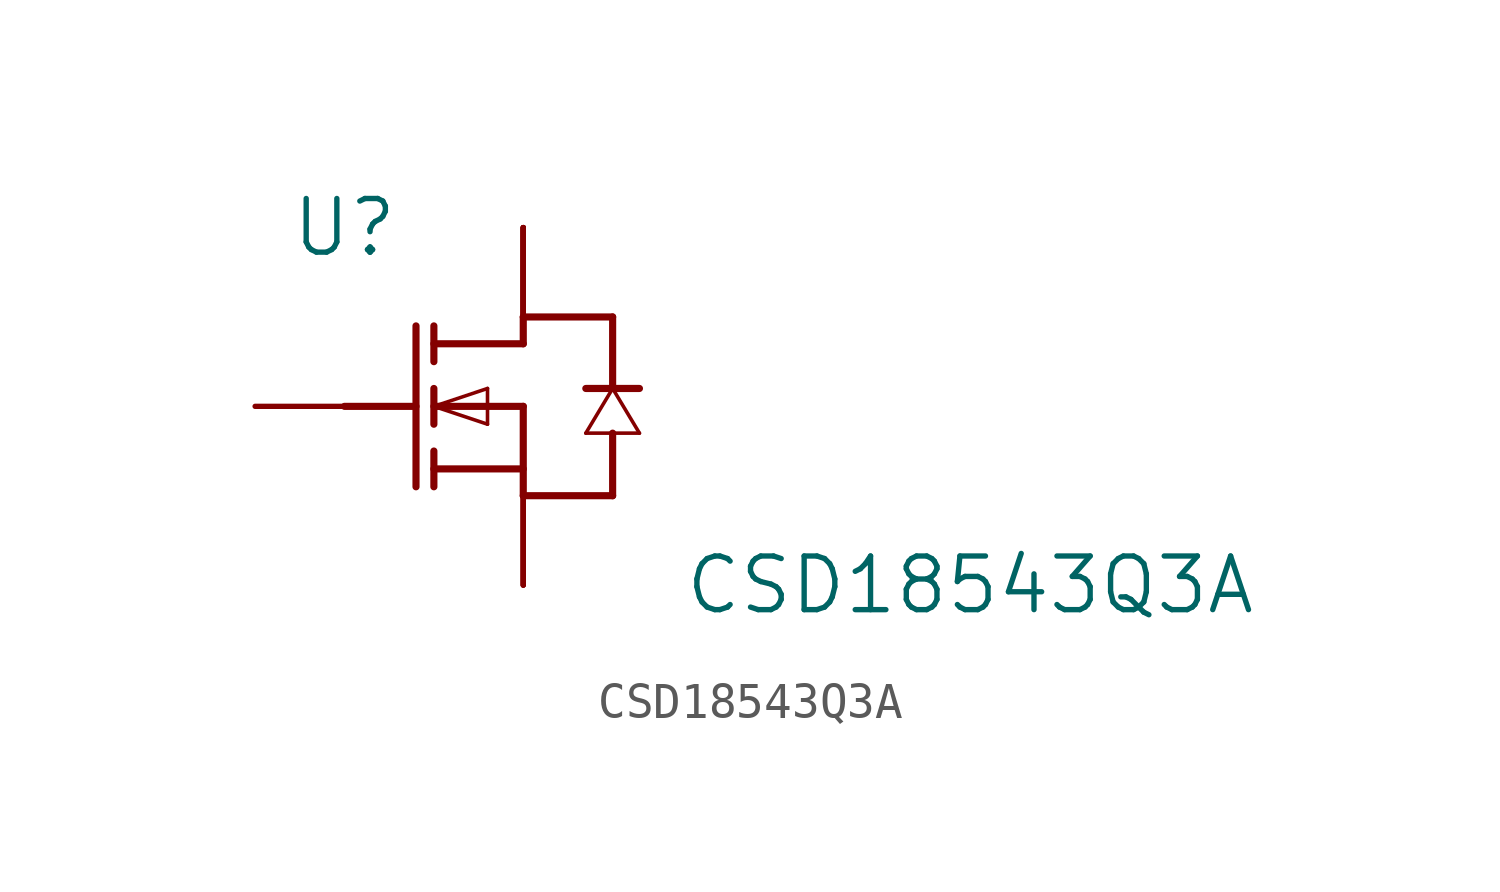
<source format=kicad_sym>
(kicad_symbol_lib
  (version 20220914)
  (generator kicad_symbol_editor)
  (symbol "CSD18543Q3A"
    (pin_numbers hide)
    (pin_names
      (offset 0) hide)
    (property "Reference" "U"
      (at -2.54 5.08 0)
      (effects (font (size 1.524 1.524))))
    (property "Value" "CSD18543Q3A"
      (at 15.24 -5.08 0)
      (effects (font (size 1.524 1.524))))
    (property "Datasheet" ""
      (at 0 0 0)
      (effects (font (size 1.524 1.524))))
    (property "ki_locked" ""
      (at 0 0 0)
      (effects (font (size 1.27 1.27))))
    (symbol "CSD18543Q3A_1_1"
      (polyline (pts (xy -2.54 0) (xy -0.508 0)) (stroke (width 0.203) (type solid)) (fill (type none)))
      (polyline (pts (xy -0.508 2.286) (xy -0.508 -2.286)) (stroke (width 0.203) (type solid)) (fill (type none)))
      (polyline (pts (xy 0 -2.286) (xy 0 -1.27)) (stroke (width 0.203) (type solid)) (fill (type none)))
      (polyline (pts (xy 0 -0.508) (xy 0 0.508)) (stroke (width 0.203) (type solid)) (fill (type none)))
      (polyline (pts (xy 0 0) (xy 1.524 -0.508)) (stroke (width 0.102) (type solid)) (fill (type none)))
      (polyline (pts (xy 0 2.286) (xy 0 1.27)) (stroke (width 0.203) (type solid)) (fill (type none)))
      (polyline (pts (xy 1.524 -0.508) (xy 1.524 0.508)) (stroke (width 0.102) (type solid)) (fill (type none)))
      (polyline (pts (xy 1.524 0.508) (xy 0 0)) (stroke (width 0.102) (type solid)) (fill (type none)))
      (polyline (pts (xy 2.54 -2.54) (xy 5.08 -2.54)) (stroke (width 0.203) (type solid)) (fill (type none)))
      (polyline (pts (xy 2.54 -1.778) (xy 0 -1.778)) (stroke (width 0.203) (type solid)) (fill (type none)))
      (polyline (pts (xy 2.54 0) (xy 0 0)) (stroke (width 0.203) (type solid)) (fill (type none)))
      (polyline (pts (xy 2.54 0) (xy 2.54 -2.54)) (stroke (width 0.203) (type solid)) (fill (type none)))
      (polyline (pts (xy 2.54 1.778) (xy 0 1.778)) (stroke (width 0.203) (type solid)) (fill (type none)))
      (polyline (pts (xy 2.54 1.778) (xy 2.54 2.54)) (stroke (width 0.203) (type solid)) (fill (type none)))
      (polyline (pts (xy 2.54 2.54) (xy 5.08 2.54)) (stroke (width 0.203) (type solid)) (fill (type none)))
      (polyline (pts (xy 4.318 -0.762) (xy 5.842 -0.762)) (stroke (width 0.102) (type solid)) (fill (type none)))
      (polyline (pts (xy 4.318 0.508) (xy 5.842 0.508)) (stroke (width 0.203) (type solid)) (fill (type none)))
      (polyline (pts (xy 5.08 -2.54) (xy 5.08 -0.762)) (stroke (width 0.203) (type solid)) (fill (type none)))
      (polyline (pts (xy 5.08 0.508) (xy 4.318 -0.762)) (stroke (width 0.102) (type solid)) (fill (type none)))
      (polyline (pts (xy 5.08 2.54) (xy 5.08 0.508)) (stroke (width 0.203) (type solid)) (fill (type none)))
      (polyline (pts (xy 5.842 -0.762) (xy 5.08 0.508)) (stroke (width 0.102) (type solid)) (fill (type none)))
      (pin passive line (at 2.54 -5.08 90) (length 2.56) (name "S" (effects (font (size 1.499 1.499)))) (number "1" (effects (font (size 1.499 1.499)))))
      (pin passive line (at 2.54 -5.08 90) (length 2.56) (name "S" (effects (font (size 1.499 1.499)))) (number "2" (effects (font (size 1.499 1.499)))))
      (pin passive line (at 2.54 -5.08 90) (length 2.56) (name "S" (effects (font (size 1.499 1.499)))) (number "3" (effects (font (size 1.499 1.499)))))
      (pin passive line (at -5.08 0 0) (length 2.56) (name "G" (effects (font (size 1.499 1.499)))) (number "4" (effects (font (size 1.499 1.499)))))
      (pin passive line (at 2.54 5.08 270) (length 2.56) (name "D" (effects (font (size 1.499 1.499)))) (number "5" (effects (font (size 1.499 1.499)))))
      (pin passive line (at 2.54 5.08 270) (length 2.56) (name "D" (effects (font (size 1.499 1.499)))) (number "6" (effects (font (size 1.499 1.499)))))
      (pin passive line (at 2.54 5.08 270) (length 2.56) (name "D" (effects (font (size 1.499 1.499)))) (number "7" (effects (font (size 1.499 1.499)))))
      (pin passive line (at 2.54 5.08 270) (length 2.56) (name "D" (effects (font (size 1.499 1.499)))) (number "8" (effects (font (size 1.499 1.499)))))
      (pin passive line (at 2.54 5.08 270) (length 2.56) (name "D" (effects (font (size 1.499 1.499)))) (number "9" (effects (font (size 1.499 1.499))))))))
</source>
